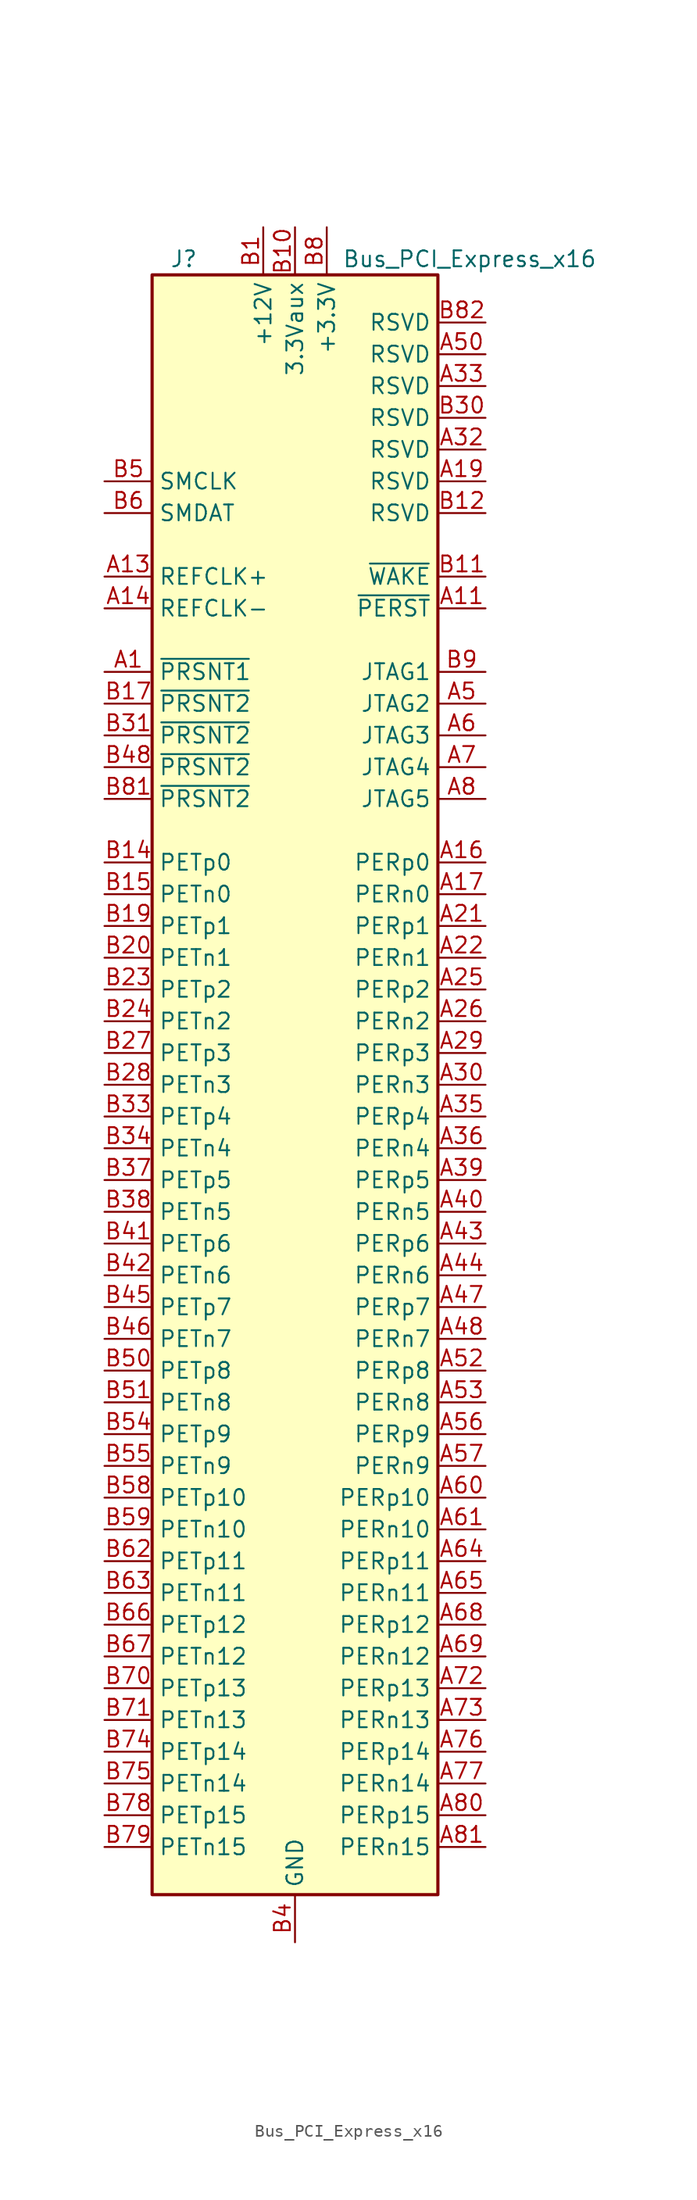
<source format=kicad_sym>
(kicad_symbol_lib
  (version 20201005)
  (generator kicad_symbol_editor)
  (symbol "Connector:Bus_PCI_Express_x16"
    (property "Reference" "J"
      (at -8.89 66.04 0)
      (effects (font (size 1.27 1.27))))
    (property "Value" "Bus_PCI_Express_x16"
      (at 13.97 66.04 0)
      (effects (font (size 1.27 1.27))))
    (symbol "Bus_PCI_Express_x16_0_1"
      (rectangle (start -11.43 64.77) (end 11.43 -64.77) (stroke (width 0.254)) (fill (type background))))
    (symbol "Bus_PCI_Express_x16_1_1"
      (pin passive line (at -15.24 33.02 0) (length 3.81) (name "~PRSNT1" (effects (font (size 1.27 1.27)))) (number "A1" (effects (font (size 1.27 1.27)))))
      (pin passive line (at 2.54 68.58 270) (length 3.81) hide (name "+3.3V" (effects (font (size 1.27 1.27)))) (number "A10" (effects (font (size 1.27 1.27)))))
      (pin input line (at 15.24 38.1 180) (length 3.81) (name "~PERST" (effects (font (size 1.27 1.27)))) (number "A11" (effects (font (size 1.27 1.27)))))
      (pin passive line (at 0 -68.58 90) (length 3.81) hide (name "GND" (effects (font (size 1.27 1.27)))) (number "A12" (effects (font (size 1.27 1.27)))))
      (pin input line (at -15.24 40.64 0) (length 3.81) (name "REFCLK+" (effects (font (size 1.27 1.27)))) (number "A13" (effects (font (size 1.27 1.27)))))
      (pin input line (at -15.24 38.1 0) (length 3.81) (name "REFCLK-" (effects (font (size 1.27 1.27)))) (number "A14" (effects (font (size 1.27 1.27)))))
      (pin passive line (at 0 -68.58 90) (length 3.81) hide (name "GND" (effects (font (size 1.27 1.27)))) (number "A15" (effects (font (size 1.27 1.27)))))
      (pin output line (at 15.24 17.78 180) (length 3.81) (name "PERp0" (effects (font (size 1.27 1.27)))) (number "A16" (effects (font (size 1.27 1.27)))))
      (pin output line (at 15.24 15.24 180) (length 3.81) (name "PERn0" (effects (font (size 1.27 1.27)))) (number "A17" (effects (font (size 1.27 1.27)))))
      (pin passive line (at 0 -68.58 90) (length 3.81) hide (name "GND" (effects (font (size 1.27 1.27)))) (number "A18" (effects (font (size 1.27 1.27)))))
      (pin passive line (at 15.24 48.26 180) (length 3.81) (name "RSVD" (effects (font (size 1.27 1.27)))) (number "A19" (effects (font (size 1.27 1.27)))))
      (pin passive line (at -2.54 68.58 270) (length 3.81) hide (name "+12V" (effects (font (size 1.27 1.27)))) (number "A2" (effects (font (size 1.27 1.27)))))
      (pin passive line (at 0 -68.58 90) (length 3.81) hide (name "GND" (effects (font (size 1.27 1.27)))) (number "A20" (effects (font (size 1.27 1.27)))))
      (pin output line (at 15.24 12.7 180) (length 3.81) (name "PERp1" (effects (font (size 1.27 1.27)))) (number "A21" (effects (font (size 1.27 1.27)))))
      (pin output line (at 15.24 10.16 180) (length 3.81) (name "PERn1" (effects (font (size 1.27 1.27)))) (number "A22" (effects (font (size 1.27 1.27)))))
      (pin passive line (at 0 -68.58 90) (length 3.81) hide (name "GND" (effects (font (size 1.27 1.27)))) (number "A23" (effects (font (size 1.27 1.27)))))
      (pin passive line (at 0 -68.58 90) (length 3.81) hide (name "GND" (effects (font (size 1.27 1.27)))) (number "A24" (effects (font (size 1.27 1.27)))))
      (pin output line (at 15.24 7.62 180) (length 3.81) (name "PERp2" (effects (font (size 1.27 1.27)))) (number "A25" (effects (font (size 1.27 1.27)))))
      (pin output line (at 15.24 5.08 180) (length 3.81) (name "PERn2" (effects (font (size 1.27 1.27)))) (number "A26" (effects (font (size 1.27 1.27)))))
      (pin passive line (at 0 -68.58 90) (length 3.81) hide (name "GND" (effects (font (size 1.27 1.27)))) (number "A27" (effects (font (size 1.27 1.27)))))
      (pin passive line (at 0 -68.58 90) (length 3.81) hide (name "GND" (effects (font (size 1.27 1.27)))) (number "A28" (effects (font (size 1.27 1.27)))))
      (pin output line (at 15.24 2.54 180) (length 3.81) (name "PERp3" (effects (font (size 1.27 1.27)))) (number "A29" (effects (font (size 1.27 1.27)))))
      (pin passive line (at -2.54 68.58 270) (length 3.81) hide (name "+12V" (effects (font (size 1.27 1.27)))) (number "A3" (effects (font (size 1.27 1.27)))))
      (pin output line (at 15.24 0 180) (length 3.81) (name "PERn3" (effects (font (size 1.27 1.27)))) (number "A30" (effects (font (size 1.27 1.27)))))
      (pin passive line (at 0 -68.58 90) (length 3.81) hide (name "GND" (effects (font (size 1.27 1.27)))) (number "A31" (effects (font (size 1.27 1.27)))))
      (pin passive line (at 15.24 50.8 180) (length 3.81) (name "RSVD" (effects (font (size 1.27 1.27)))) (number "A32" (effects (font (size 1.27 1.27)))))
      (pin passive line (at 15.24 55.88 180) (length 3.81) (name "RSVD" (effects (font (size 1.27 1.27)))) (number "A33" (effects (font (size 1.27 1.27)))))
      (pin passive line (at 0 -68.58 90) (length 3.81) hide (name "GND" (effects (font (size 1.27 1.27)))) (number "A34" (effects (font (size 1.27 1.27)))))
      (pin output line (at 15.24 -2.54 180) (length 3.81) (name "PERp4" (effects (font (size 1.27 1.27)))) (number "A35" (effects (font (size 1.27 1.27)))))
      (pin output line (at 15.24 -5.08 180) (length 3.81) (name "PERn4" (effects (font (size 1.27 1.27)))) (number "A36" (effects (font (size 1.27 1.27)))))
      (pin passive line (at 0 -68.58 90) (length 3.81) hide (name "GND" (effects (font (size 1.27 1.27)))) (number "A37" (effects (font (size 1.27 1.27)))))
      (pin passive line (at 0 -68.58 90) (length 3.81) hide (name "GND" (effects (font (size 1.27 1.27)))) (number "A38" (effects (font (size 1.27 1.27)))))
      (pin output line (at 15.24 -7.62 180) (length 3.81) (name "PERp5" (effects (font (size 1.27 1.27)))) (number "A39" (effects (font (size 1.27 1.27)))))
      (pin passive line (at 0 -68.58 90) (length 3.81) hide (name "GND" (effects (font (size 1.27 1.27)))) (number "A4" (effects (font (size 1.27 1.27)))))
      (pin output line (at 15.24 -10.16 180) (length 3.81) (name "PERn5" (effects (font (size 1.27 1.27)))) (number "A40" (effects (font (size 1.27 1.27)))))
      (pin passive line (at 0 -68.58 90) (length 3.81) hide (name "GND" (effects (font (size 1.27 1.27)))) (number "A41" (effects (font (size 1.27 1.27)))))
      (pin passive line (at 0 -68.58 90) (length 3.81) hide (name "GND" (effects (font (size 1.27 1.27)))) (number "A42" (effects (font (size 1.27 1.27)))))
      (pin output line (at 15.24 -12.7 180) (length 3.81) (name "PERp6" (effects (font (size 1.27 1.27)))) (number "A43" (effects (font (size 1.27 1.27)))))
      (pin output line (at 15.24 -15.24 180) (length 3.81) (name "PERn6" (effects (font (size 1.27 1.27)))) (number "A44" (effects (font (size 1.27 1.27)))))
      (pin passive line (at 0 -68.58 90) (length 3.81) hide (name "GND" (effects (font (size 1.27 1.27)))) (number "A45" (effects (font (size 1.27 1.27)))))
      (pin passive line (at 0 -68.58 90) (length 3.81) hide (name "GND" (effects (font (size 1.27 1.27)))) (number "A46" (effects (font (size 1.27 1.27)))))
      (pin output line (at 15.24 -17.78 180) (length 3.81) (name "PERp7" (effects (font (size 1.27 1.27)))) (number "A47" (effects (font (size 1.27 1.27)))))
      (pin output line (at 15.24 -20.32 180) (length 3.81) (name "PERn7" (effects (font (size 1.27 1.27)))) (number "A48" (effects (font (size 1.27 1.27)))))
      (pin passive line (at 0 -68.58 90) (length 3.81) hide (name "GND" (effects (font (size 1.27 1.27)))) (number "A49" (effects (font (size 1.27 1.27)))))
      (pin input line (at 15.24 30.48 180) (length 3.81) (name "JTAG2" (effects (font (size 1.27 1.27)))) (number "A5" (effects (font (size 1.27 1.27)))))
      (pin passive line (at 15.24 58.42 180) (length 3.81) (name "RSVD" (effects (font (size 1.27 1.27)))) (number "A50" (effects (font (size 1.27 1.27)))))
      (pin passive line (at 0 -68.58 90) (length 3.81) hide (name "GND" (effects (font (size 1.27 1.27)))) (number "A51" (effects (font (size 1.27 1.27)))))
      (pin output line (at 15.24 -22.86 180) (length 3.81) (name "PERp8" (effects (font (size 1.27 1.27)))) (number "A52" (effects (font (size 1.27 1.27)))))
      (pin output line (at 15.24 -25.4 180) (length 3.81) (name "PERn8" (effects (font (size 1.27 1.27)))) (number "A53" (effects (font (size 1.27 1.27)))))
      (pin passive line (at 0 -68.58 90) (length 3.81) hide (name "GND" (effects (font (size 1.27 1.27)))) (number "A54" (effects (font (size 1.27 1.27)))))
      (pin passive line (at 0 -68.58 90) (length 3.81) hide (name "GND" (effects (font (size 1.27 1.27)))) (number "A55" (effects (font (size 1.27 1.27)))))
      (pin output line (at 15.24 -27.94 180) (length 3.81) (name "PERp9" (effects (font (size 1.27 1.27)))) (number "A56" (effects (font (size 1.27 1.27)))))
      (pin output line (at 15.24 -30.48 180) (length 3.81) (name "PERn9" (effects (font (size 1.27 1.27)))) (number "A57" (effects (font (size 1.27 1.27)))))
      (pin passive line (at 0 -68.58 90) (length 3.81) hide (name "GND" (effects (font (size 1.27 1.27)))) (number "A58" (effects (font (size 1.27 1.27)))))
      (pin passive line (at 0 -68.58 90) (length 3.81) hide (name "GND" (effects (font (size 1.27 1.27)))) (number "A59" (effects (font (size 1.27 1.27)))))
      (pin input line (at 15.24 27.94 180) (length 3.81) (name "JTAG3" (effects (font (size 1.27 1.27)))) (number "A6" (effects (font (size 1.27 1.27)))))
      (pin output line (at 15.24 -33.02 180) (length 3.81) (name "PERp10" (effects (font (size 1.27 1.27)))) (number "A60" (effects (font (size 1.27 1.27)))))
      (pin output line (at 15.24 -35.56 180) (length 3.81) (name "PERn10" (effects (font (size 1.27 1.27)))) (number "A61" (effects (font (size 1.27 1.27)))))
      (pin passive line (at 0 -68.58 90) (length 3.81) hide (name "GND" (effects (font (size 1.27 1.27)))) (number "A62" (effects (font (size 1.27 1.27)))))
      (pin passive line (at 0 -68.58 90) (length 3.81) hide (name "GND" (effects (font (size 1.27 1.27)))) (number "A63" (effects (font (size 1.27 1.27)))))
      (pin output line (at 15.24 -38.1 180) (length 3.81) (name "PERp11" (effects (font (size 1.27 1.27)))) (number "A64" (effects (font (size 1.27 1.27)))))
      (pin output line (at 15.24 -40.64 180) (length 3.81) (name "PERn11" (effects (font (size 1.27 1.27)))) (number "A65" (effects (font (size 1.27 1.27)))))
      (pin passive line (at 0 -68.58 90) (length 3.81) hide (name "GND" (effects (font (size 1.27 1.27)))) (number "A66" (effects (font (size 1.27 1.27)))))
      (pin passive line (at 0 -68.58 90) (length 3.81) hide (name "GND" (effects (font (size 1.27 1.27)))) (number "A67" (effects (font (size 1.27 1.27)))))
      (pin output line (at 15.24 -43.18 180) (length 3.81) (name "PERp12" (effects (font (size 1.27 1.27)))) (number "A68" (effects (font (size 1.27 1.27)))))
      (pin output line (at 15.24 -45.72 180) (length 3.81) (name "PERn12" (effects (font (size 1.27 1.27)))) (number "A69" (effects (font (size 1.27 1.27)))))
      (pin output line (at 15.24 25.4 180) (length 3.81) (name "JTAG4" (effects (font (size 1.27 1.27)))) (number "A7" (effects (font (size 1.27 1.27)))))
      (pin passive line (at 0 -68.58 90) (length 3.81) hide (name "GND" (effects (font (size 1.27 1.27)))) (number "A70" (effects (font (size 1.27 1.27)))))
      (pin passive line (at 0 -68.58 90) (length 3.81) hide (name "GND" (effects (font (size 1.27 1.27)))) (number "A71" (effects (font (size 1.27 1.27)))))
      (pin output line (at 15.24 -48.26 180) (length 3.81) (name "PERp13" (effects (font (size 1.27 1.27)))) (number "A72" (effects (font (size 1.27 1.27)))))
      (pin output line (at 15.24 -50.8 180) (length 3.81) (name "PERn13" (effects (font (size 1.27 1.27)))) (number "A73" (effects (font (size 1.27 1.27)))))
      (pin passive line (at 0 -68.58 90) (length 3.81) hide (name "GND" (effects (font (size 1.27 1.27)))) (number "A74" (effects (font (size 1.27 1.27)))))
      (pin passive line (at 0 -68.58 90) (length 3.81) hide (name "GND" (effects (font (size 1.27 1.27)))) (number "A75" (effects (font (size 1.27 1.27)))))
      (pin output line (at 15.24 -53.34 180) (length 3.81) (name "PERp14" (effects (font (size 1.27 1.27)))) (number "A76" (effects (font (size 1.27 1.27)))))
      (pin output line (at 15.24 -55.88 180) (length 3.81) (name "PERn14" (effects (font (size 1.27 1.27)))) (number "A77" (effects (font (size 1.27 1.27)))))
      (pin passive line (at 0 -68.58 90) (length 3.81) hide (name "GND" (effects (font (size 1.27 1.27)))) (number "A78" (effects (font (size 1.27 1.27)))))
      (pin passive line (at 0 -68.58 90) (length 3.81) hide (name "GND" (effects (font (size 1.27 1.27)))) (number "A79" (effects (font (size 1.27 1.27)))))
      (pin input line (at 15.24 22.86 180) (length 3.81) (name "JTAG5" (effects (font (size 1.27 1.27)))) (number "A8" (effects (font (size 1.27 1.27)))))
      (pin output line (at 15.24 -58.42 180) (length 3.81) (name "PERp15" (effects (font (size 1.27 1.27)))) (number "A80" (effects (font (size 1.27 1.27)))))
      (pin output line (at 15.24 -60.96 180) (length 3.81) (name "PERn15" (effects (font (size 1.27 1.27)))) (number "A81" (effects (font (size 1.27 1.27)))))
      (pin passive line (at 0 -68.58 90) (length 3.81) hide (name "GND" (effects (font (size 1.27 1.27)))) (number "A82" (effects (font (size 1.27 1.27)))))
      (pin passive line (at 2.54 68.58 270) (length 3.81) hide (name "+3.3V" (effects (font (size 1.27 1.27)))) (number "A9" (effects (font (size 1.27 1.27)))))
      (pin power_in line (at -2.54 68.58 270) (length 3.81) (name "+12V" (effects (font (size 1.27 1.27)))) (number "B1" (effects (font (size 1.27 1.27)))))
      (pin power_in line (at 0 68.58 270) (length 3.81) (name "3.3Vaux" (effects (font (size 1.27 1.27)))) (number "B10" (effects (font (size 1.27 1.27)))))
      (pin open_collector line (at 15.24 40.64 180) (length 3.81) (name "~WAKE" (effects (font (size 1.27 1.27)))) (number "B11" (effects (font (size 1.27 1.27)))))
      (pin passive line (at 15.24 45.72 180) (length 3.81) (name "RSVD" (effects (font (size 1.27 1.27)))) (number "B12" (effects (font (size 1.27 1.27)))))
      (pin passive line (at 0 -68.58 90) (length 3.81) hide (name "GND" (effects (font (size 1.27 1.27)))) (number "B13" (effects (font (size 1.27 1.27)))))
      (pin input line (at -15.24 17.78 0) (length 3.81) (name "PETp0" (effects (font (size 1.27 1.27)))) (number "B14" (effects (font (size 1.27 1.27)))))
      (pin input line (at -15.24 15.24 0) (length 3.81) (name "PETn0" (effects (font (size 1.27 1.27)))) (number "B15" (effects (font (size 1.27 1.27)))))
      (pin passive line (at 0 -68.58 90) (length 3.81) hide (name "GND" (effects (font (size 1.27 1.27)))) (number "B16" (effects (font (size 1.27 1.27)))))
      (pin passive line (at -15.24 30.48 0) (length 3.81) (name "~PRSNT2" (effects (font (size 1.27 1.27)))) (number "B17" (effects (font (size 1.27 1.27)))))
      (pin passive line (at 0 -68.58 90) (length 3.81) hide (name "GND" (effects (font (size 1.27 1.27)))) (number "B18" (effects (font (size 1.27 1.27)))))
      (pin input line (at -15.24 12.7 0) (length 3.81) (name "PETp1" (effects (font (size 1.27 1.27)))) (number "B19" (effects (font (size 1.27 1.27)))))
      (pin passive line (at -2.54 68.58 270) (length 3.81) hide (name "+12V" (effects (font (size 1.27 1.27)))) (number "B2" (effects (font (size 1.27 1.27)))))
      (pin input line (at -15.24 10.16 0) (length 3.81) (name "PETn1" (effects (font (size 1.27 1.27)))) (number "B20" (effects (font (size 1.27 1.27)))))
      (pin passive line (at 0 -68.58 90) (length 3.81) hide (name "GND" (effects (font (size 1.27 1.27)))) (number "B21" (effects (font (size 1.27 1.27)))))
      (pin passive line (at 0 -68.58 90) (length 3.81) hide (name "GND" (effects (font (size 1.27 1.27)))) (number "B22" (effects (font (size 1.27 1.27)))))
      (pin input line (at -15.24 7.62 0) (length 3.81) (name "PETp2" (effects (font (size 1.27 1.27)))) (number "B23" (effects (font (size 1.27 1.27)))))
      (pin input line (at -15.24 5.08 0) (length 3.81) (name "PETn2" (effects (font (size 1.27 1.27)))) (number "B24" (effects (font (size 1.27 1.27)))))
      (pin passive line (at 0 -68.58 90) (length 3.81) hide (name "GND" (effects (font (size 1.27 1.27)))) (number "B25" (effects (font (size 1.27 1.27)))))
      (pin passive line (at 0 -68.58 90) (length 3.81) hide (name "GND" (effects (font (size 1.27 1.27)))) (number "B26" (effects (font (size 1.27 1.27)))))
      (pin input line (at -15.24 2.54 0) (length 3.81) (name "PETp3" (effects (font (size 1.27 1.27)))) (number "B27" (effects (font (size 1.27 1.27)))))
      (pin input line (at -15.24 0 0) (length 3.81) (name "PETn3" (effects (font (size 1.27 1.27)))) (number "B28" (effects (font (size 1.27 1.27)))))
      (pin passive line (at 0 -68.58 90) (length 3.81) hide (name "GND" (effects (font (size 1.27 1.27)))) (number "B29" (effects (font (size 1.27 1.27)))))
      (pin passive line (at -2.54 68.58 270) (length 3.81) hide (name "+12V" (effects (font (size 1.27 1.27)))) (number "B3" (effects (font (size 1.27 1.27)))))
      (pin passive line (at 15.24 53.34 180) (length 3.81) (name "RSVD" (effects (font (size 1.27 1.27)))) (number "B30" (effects (font (size 1.27 1.27)))))
      (pin passive line (at -15.24 27.94 0) (length 3.81) (name "~PRSNT2" (effects (font (size 1.27 1.27)))) (number "B31" (effects (font (size 1.27 1.27)))))
      (pin passive line (at 0 -68.58 90) (length 3.81) hide (name "GND" (effects (font (size 1.27 1.27)))) (number "B32" (effects (font (size 1.27 1.27)))))
      (pin input line (at -15.24 -2.54 0) (length 3.81) (name "PETp4" (effects (font (size 1.27 1.27)))) (number "B33" (effects (font (size 1.27 1.27)))))
      (pin input line (at -15.24 -5.08 0) (length 3.81) (name "PETn4" (effects (font (size 1.27 1.27)))) (number "B34" (effects (font (size 1.27 1.27)))))
      (pin passive line (at 0 -68.58 90) (length 3.81) hide (name "GND" (effects (font (size 1.27 1.27)))) (number "B35" (effects (font (size 1.27 1.27)))))
      (pin passive line (at 0 -68.58 90) (length 3.81) hide (name "GND" (effects (font (size 1.27 1.27)))) (number "B36" (effects (font (size 1.27 1.27)))))
      (pin input line (at -15.24 -7.62 0) (length 3.81) (name "PETp5" (effects (font (size 1.27 1.27)))) (number "B37" (effects (font (size 1.27 1.27)))))
      (pin input line (at -15.24 -10.16 0) (length 3.81) (name "PETn5" (effects (font (size 1.27 1.27)))) (number "B38" (effects (font (size 1.27 1.27)))))
      (pin passive line (at 0 -68.58 90) (length 3.81) hide (name "GND" (effects (font (size 1.27 1.27)))) (number "B39" (effects (font (size 1.27 1.27)))))
      (pin power_in line (at 0 -68.58 90) (length 3.81) (name "GND" (effects (font (size 1.27 1.27)))) (number "B4" (effects (font (size 1.27 1.27)))))
      (pin passive line (at 0 -68.58 90) (length 3.81) hide (name "GND" (effects (font (size 1.27 1.27)))) (number "B40" (effects (font (size 1.27 1.27)))))
      (pin input line (at -15.24 -12.7 0) (length 3.81) (name "PETp6" (effects (font (size 1.27 1.27)))) (number "B41" (effects (font (size 1.27 1.27)))))
      (pin input line (at -15.24 -15.24 0) (length 3.81) (name "PETn6" (effects (font (size 1.27 1.27)))) (number "B42" (effects (font (size 1.27 1.27)))))
      (pin passive line (at 0 -68.58 90) (length 3.81) hide (name "GND" (effects (font (size 1.27 1.27)))) (number "B43" (effects (font (size 1.27 1.27)))))
      (pin passive line (at 0 -68.58 90) (length 3.81) hide (name "GND" (effects (font (size 1.27 1.27)))) (number "B44" (effects (font (size 1.27 1.27)))))
      (pin input line (at -15.24 -17.78 0) (length 3.81) (name "PETp7" (effects (font (size 1.27 1.27)))) (number "B45" (effects (font (size 1.27 1.27)))))
      (pin input line (at -15.24 -20.32 0) (length 3.81) (name "PETn7" (effects (font (size 1.27 1.27)))) (number "B46" (effects (font (size 1.27 1.27)))))
      (pin passive line (at 0 -68.58 90) (length 3.81) hide (name "GND" (effects (font (size 1.27 1.27)))) (number "B47" (effects (font (size 1.27 1.27)))))
      (pin passive line (at -15.24 25.4 0) (length 3.81) (name "~PRSNT2" (effects (font (size 1.27 1.27)))) (number "B48" (effects (font (size 1.27 1.27)))))
      (pin passive line (at 0 -68.58 90) (length 3.81) hide (name "GND" (effects (font (size 1.27 1.27)))) (number "B49" (effects (font (size 1.27 1.27)))))
      (pin input line (at -15.24 48.26 0) (length 3.81) (name "SMCLK" (effects (font (size 1.27 1.27)))) (number "B5" (effects (font (size 1.27 1.27)))))
      (pin input line (at -15.24 -22.86 0) (length 3.81) (name "PETp8" (effects (font (size 1.27 1.27)))) (number "B50" (effects (font (size 1.27 1.27)))))
      (pin input line (at -15.24 -25.4 0) (length 3.81) (name "PETn8" (effects (font (size 1.27 1.27)))) (number "B51" (effects (font (size 1.27 1.27)))))
      (pin passive line (at 0 -68.58 90) (length 3.81) hide (name "GND" (effects (font (size 1.27 1.27)))) (number "B52" (effects (font (size 1.27 1.27)))))
      (pin passive line (at 0 -68.58 90) (length 3.81) hide (name "GND" (effects (font (size 1.27 1.27)))) (number "B53" (effects (font (size 1.27 1.27)))))
      (pin input line (at -15.24 -27.94 0) (length 3.81) (name "PETp9" (effects (font (size 1.27 1.27)))) (number "B54" (effects (font (size 1.27 1.27)))))
      (pin input line (at -15.24 -30.48 0) (length 3.81) (name "PETn9" (effects (font (size 1.27 1.27)))) (number "B55" (effects (font (size 1.27 1.27)))))
      (pin passive line (at 0 -68.58 90) (length 3.81) hide (name "GND" (effects (font (size 1.27 1.27)))) (number "B56" (effects (font (size 1.27 1.27)))))
      (pin passive line (at 0 -68.58 90) (length 3.81) hide (name "GND" (effects (font (size 1.27 1.27)))) (number "B57" (effects (font (size 1.27 1.27)))))
      (pin input line (at -15.24 -33.02 0) (length 3.81) (name "PETp10" (effects (font (size 1.27 1.27)))) (number "B58" (effects (font (size 1.27 1.27)))))
      (pin input line (at -15.24 -35.56 0) (length 3.81) (name "PETn10" (effects (font (size 1.27 1.27)))) (number "B59" (effects (font (size 1.27 1.27)))))
      (pin bidirectional line (at -15.24 45.72 0) (length 3.81) (name "SMDAT" (effects (font (size 1.27 1.27)))) (number "B6" (effects (font (size 1.27 1.27)))))
      (pin passive line (at 0 -68.58 90) (length 3.81) hide (name "GND" (effects (font (size 1.27 1.27)))) (number "B60" (effects (font (size 1.27 1.27)))))
      (pin passive line (at 0 -68.58 90) (length 3.81) hide (name "GND" (effects (font (size 1.27 1.27)))) (number "B61" (effects (font (size 1.27 1.27)))))
      (pin input line (at -15.24 -38.1 0) (length 3.81) (name "PETp11" (effects (font (size 1.27 1.27)))) (number "B62" (effects (font (size 1.27 1.27)))))
      (pin input line (at -15.24 -40.64 0) (length 3.81) (name "PETn11" (effects (font (size 1.27 1.27)))) (number "B63" (effects (font (size 1.27 1.27)))))
      (pin passive line (at 0 -68.58 90) (length 3.81) hide (name "GND" (effects (font (size 1.27 1.27)))) (number "B64" (effects (font (size 1.27 1.27)))))
      (pin passive line (at 0 -68.58 90) (length 3.81) hide (name "GND" (effects (font (size 1.27 1.27)))) (number "B65" (effects (font (size 1.27 1.27)))))
      (pin input line (at -15.24 -43.18 0) (length 3.81) (name "PETp12" (effects (font (size 1.27 1.27)))) (number "B66" (effects (font (size 1.27 1.27)))))
      (pin input line (at -15.24 -45.72 0) (length 3.81) (name "PETn12" (effects (font (size 1.27 1.27)))) (number "B67" (effects (font (size 1.27 1.27)))))
      (pin passive line (at 0 -68.58 90) (length 3.81) hide (name "GND" (effects (font (size 1.27 1.27)))) (number "B68" (effects (font (size 1.27 1.27)))))
      (pin passive line (at 0 -68.58 90) (length 3.81) hide (name "GND" (effects (font (size 1.27 1.27)))) (number "B69" (effects (font (size 1.27 1.27)))))
      (pin passive line (at 0 -68.58 90) (length 3.81) hide (name "GND" (effects (font (size 1.27 1.27)))) (number "B7" (effects (font (size 1.27 1.27)))))
      (pin input line (at -15.24 -48.26 0) (length 3.81) (name "PETp13" (effects (font (size 1.27 1.27)))) (number "B70" (effects (font (size 1.27 1.27)))))
      (pin input line (at -15.24 -50.8 0) (length 3.81) (name "PETn13" (effects (font (size 1.27 1.27)))) (number "B71" (effects (font (size 1.27 1.27)))))
      (pin passive line (at 0 -68.58 90) (length 3.81) hide (name "GND" (effects (font (size 1.27 1.27)))) (number "B72" (effects (font (size 1.27 1.27)))))
      (pin passive line (at 0 -68.58 90) (length 3.81) hide (name "GND" (effects (font (size 1.27 1.27)))) (number "B73" (effects (font (size 1.27 1.27)))))
      (pin input line (at -15.24 -53.34 0) (length 3.81) (name "PETp14" (effects (font (size 1.27 1.27)))) (number "B74" (effects (font (size 1.27 1.27)))))
      (pin input line (at -15.24 -55.88 0) (length 3.81) (name "PETn14" (effects (font (size 1.27 1.27)))) (number "B75" (effects (font (size 1.27 1.27)))))
      (pin passive line (at 0 -68.58 90) (length 3.81) hide (name "GND" (effects (font (size 1.27 1.27)))) (number "B76" (effects (font (size 1.27 1.27)))))
      (pin passive line (at 0 -68.58 90) (length 3.81) hide (name "GND" (effects (font (size 1.27 1.27)))) (number "B77" (effects (font (size 1.27 1.27)))))
      (pin input line (at -15.24 -58.42 0) (length 3.81) (name "PETp15" (effects (font (size 1.27 1.27)))) (number "B78" (effects (font (size 1.27 1.27)))))
      (pin input line (at -15.24 -60.96 0) (length 3.81) (name "PETn15" (effects (font (size 1.27 1.27)))) (number "B79" (effects (font (size 1.27 1.27)))))
      (pin power_in line (at 2.54 68.58 270) (length 3.81) (name "+3.3V" (effects (font (size 1.27 1.27)))) (number "B8" (effects (font (size 1.27 1.27)))))
      (pin passive line (at 0 -68.58 90) (length 3.81) hide (name "GND" (effects (font (size 1.27 1.27)))) (number "B80" (effects (font (size 1.27 1.27)))))
      (pin passive line (at -15.24 22.86 0) (length 3.81) (name "~PRSNT2" (effects (font (size 1.27 1.27)))) (number "B81" (effects (font (size 1.27 1.27)))))
      (pin passive line (at 15.24 60.96 180) (length 3.81) (name "RSVD" (effects (font (size 1.27 1.27)))) (number "B82" (effects (font (size 1.27 1.27)))))
      (pin input line (at 15.24 33.02 180) (length 3.81) (name "JTAG1" (effects (font (size 1.27 1.27)))) (number "B9" (effects (font (size 1.27 1.27))))))))
</source>
